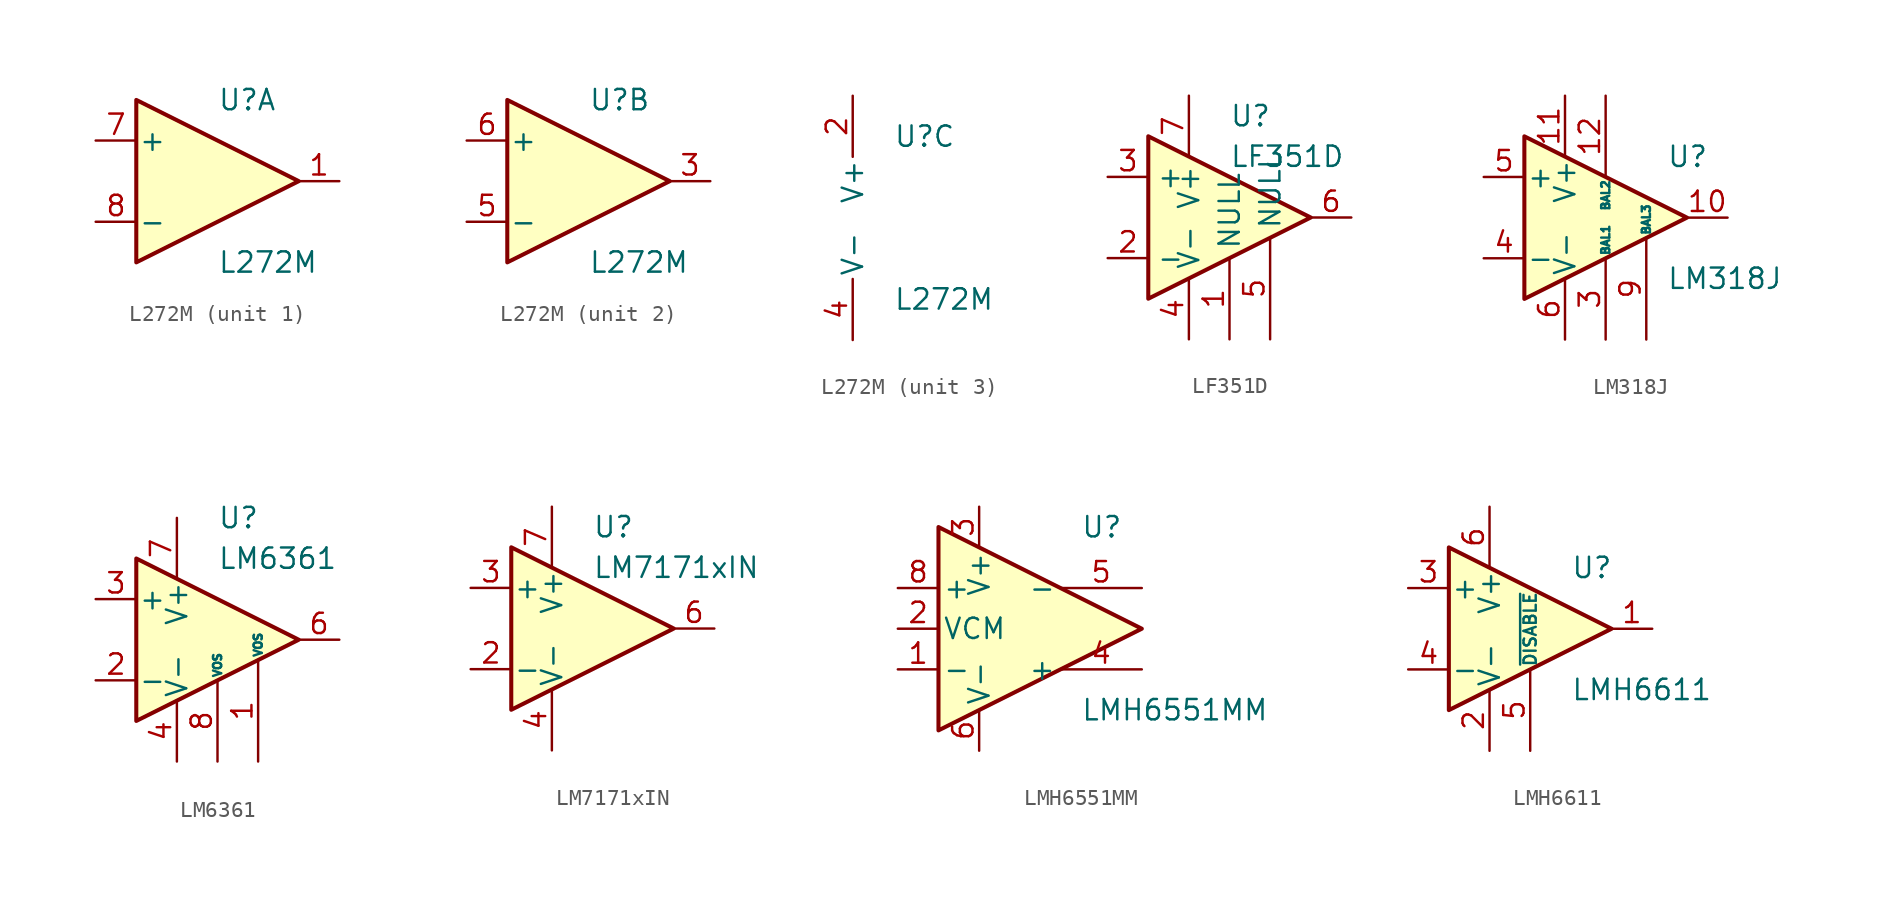
<source format=kicad_sym>
(kicad_symbol_lib
  (version 20211014)
  (generator kicad_symbol_editor)
  (symbol "L272M"
    (pin_names
      (offset 0.127))
    (property "Reference" "U"
      (at 0 5.08 0)
      (effects (font (size 1.27 1.27)) (justify left)))
    (property "Value" "L272M"
      (at 0 -5.08 0)
      (effects (font (size 1.27 1.27)) (justify left)))
    (property "ki_locked" ""
      (at 0 0 0)
      (effects (font (size 1.27 1.27))))
    (symbol "L272M_1_1"
      (polyline (pts (xy -5.08 5.08) (xy 5.08 0) (xy -5.08 -5.08) (xy -5.08 5.08)) (stroke (width 0.254) (type default) (color 0 0 0 0)) (fill (type background)))
      (pin output line (at 7.62 0 180) (length 2.54) (name "~" (effects (font (size 1.27 1.27)))) (number "1" (effects (font (size 1.27 1.27)))))
      (pin input line (at -7.62 2.54 0) (length 2.54) (name "+" (effects (font (size 1.27 1.27)))) (number "7" (effects (font (size 1.27 1.27)))))
      (pin input line (at -7.62 -2.54 0) (length 2.54) (name "-" (effects (font (size 1.27 1.27)))) (number "8" (effects (font (size 1.27 1.27))))))
    (symbol "L272M_2_1"
      (polyline (pts (xy -5.08 5.08) (xy 5.08 0) (xy -5.08 -5.08) (xy -5.08 5.08)) (stroke (width 0.254) (type default) (color 0 0 0 0)) (fill (type background)))
      (pin output line (at 7.62 0 180) (length 2.54) (name "~" (effects (font (size 1.27 1.27)))) (number "3" (effects (font (size 1.27 1.27)))))
      (pin input line (at -7.62 -2.54 0) (length 2.54) (name "-" (effects (font (size 1.27 1.27)))) (number "5" (effects (font (size 1.27 1.27)))))
      (pin input line (at -7.62 2.54 0) (length 2.54) (name "+" (effects (font (size 1.27 1.27)))) (number "6" (effects (font (size 1.27 1.27))))))
    (symbol "L272M_3_1"
      (pin power_in line (at -2.54 7.62 270) (length 3.81) (name "V+" (effects (font (size 1.27 1.27)))) (number "2" (effects (font (size 1.27 1.27)))))
      (pin power_in line (at -2.54 -7.62 90) (length 3.81) (name "V-" (effects (font (size 1.27 1.27)))) (number "4" (effects (font (size 1.27 1.27)))))))
  (symbol "LF351D"
    (property "Reference" "U"
      (at 0 6.35 0)
      (effects (font (size 1.27 1.27)) (justify left)))
    (property "Value" "LF351D"
      (at 0 3.81 0)
      (effects (font (size 1.27 1.27)) (justify left)))
    (symbol "LF351D_0_1"
      (polyline (pts (xy -5.08 5.08) (xy 5.08 0) (xy -5.08 -5.08) (xy -5.08 5.08)) (stroke (width 0.254) (type default) (color 0 0 0 0)) (fill (type background))))
    (symbol "LF351D_1_1"
      (pin input line (at 0 -7.62 90) (length 5.08) (name "NULL" (effects (font (size 1.27 1.27)))) (number "1" (effects (font (size 1.27 1.27)))))
      (pin input line (at -7.62 -2.54 0) (length 2.54) (name "-" (effects (font (size 1.27 1.27)))) (number "2" (effects (font (size 1.27 1.27)))))
      (pin input line (at -7.62 2.54 0) (length 2.54) (name "+" (effects (font (size 1.27 1.27)))) (number "3" (effects (font (size 1.27 1.27)))))
      (pin power_in line (at -2.54 -7.62 90) (length 3.81) (name "V-" (effects (font (size 1.27 1.27)))) (number "4" (effects (font (size 1.27 1.27)))))
      (pin input line (at 2.54 -7.62 90) (length 6.35) (name "NULL" (effects (font (size 1.27 1.27)))) (number "5" (effects (font (size 1.27 1.27)))))
      (pin output line (at 7.62 0 180) (length 2.54) (name "~" (effects (font (size 1.27 1.27)))) (number "6" (effects (font (size 1.27 1.27)))))
      (pin power_in line (at -2.54 7.62 270) (length 3.81) (name "V+" (effects (font (size 1.27 1.27)))) (number "7" (effects (font (size 1.27 1.27)))))
      (pin no_connect line (at 0 2.54 270) (length 2.54) hide (name "NC" (effects (font (size 1.27 1.27)))) (number "8" (effects (font (size 1.27 1.27)))))))
  (symbol "LM318J"
    (pin_names
      (offset 0.127))
    (property "Reference" "U"
      (at 3.81 3.81 0)
      (effects (font (size 1.27 1.27)) (justify left)))
    (property "Value" "LM318J"
      (at 3.81 -3.81 0)
      (effects (font (size 1.27 1.27)) (justify left)))
    (symbol "LM318J_0_1"
      (polyline (pts (xy 5.08 0) (xy -5.08 5.08) (xy -5.08 -5.08) (xy 5.08 0)) (stroke (width 0.254) (type default) (color 0 0 0 0)) (fill (type background))))
    (symbol "LM318J_1_1"
      (pin no_connect line (at -5.08 2.54 270) (length 2.54) hide (name "NC" (effects (font (size 1.27 1.27)))) (number "1" (effects (font (size 1.27 1.27)))))
      (pin output line (at 7.62 0 180) (length 2.54) (name "~" (effects (font (size 1.27 1.27)))) (number "10" (effects (font (size 1.27 1.27)))))
      (pin power_in line (at -2.54 7.62 270) (length 3.81) (name "V+" (effects (font (size 1.27 1.27)))) (number "11" (effects (font (size 1.27 1.27)))))
      (pin passive line (at 0 7.62 270) (length 5.08) (name "BAL2" (effects (font (size 0.508 0.508)))) (number "12" (effects (font (size 1.27 1.27)))))
      (pin no_connect line (at 0 2.54 270) (length 2.54) hide (name "NC" (effects (font (size 1.27 1.27)))) (number "13" (effects (font (size 1.27 1.27)))))
      (pin no_connect line (at 0 -2.54 90) (length 2.54) hide (name "NC" (effects (font (size 1.27 1.27)))) (number "14" (effects (font (size 1.27 1.27)))))
      (pin no_connect line (at -2.54 2.54 270) (length 2.54) hide (name "NC" (effects (font (size 1.27 1.27)))) (number "2" (effects (font (size 1.27 1.27)))))
      (pin passive line (at 0 -7.62 90) (length 5.08) (name "BAL1" (effects (font (size 0.508 0.508)))) (number "3" (effects (font (size 1.27 1.27)))))
      (pin input line (at -7.62 -2.54 0) (length 2.54) (name "-" (effects (font (size 1.27 1.27)))) (number "4" (effects (font (size 1.27 1.27)))))
      (pin input line (at -7.62 2.54 0) (length 2.54) (name "+" (effects (font (size 1.27 1.27)))) (number "5" (effects (font (size 1.27 1.27)))))
      (pin power_in line (at -2.54 -7.62 90) (length 3.81) (name "V-" (effects (font (size 1.27 1.27)))) (number "6" (effects (font (size 1.27 1.27)))))
      (pin no_connect line (at -5.08 -2.54 90) (length 2.54) hide (name "NC" (effects (font (size 1.27 1.27)))) (number "7" (effects (font (size 1.27 1.27)))))
      (pin no_connect line (at -2.54 -2.54 90) (length 2.54) hide (name "NC" (effects (font (size 1.27 1.27)))) (number "8" (effects (font (size 1.27 1.27)))))
      (pin passive line (at 2.54 -7.62 90) (length 6.35) (name "BAL3" (effects (font (size 0.508 0.508)))) (number "9" (effects (font (size 1.27 1.27)))))))
  (symbol "LM6361"
    (pin_names
      (offset 0.127))
    (property "Reference" "U"
      (at 0 7.62 0)
      (effects (font (size 1.27 1.27)) (justify left)))
    (property "Value" "LM6361"
      (at 0 5.08 0)
      (effects (font (size 1.27 1.27)) (justify left)))
    (symbol "LM6361_0_1"
      (polyline (pts (xy -5.08 5.08) (xy 5.08 0) (xy -5.08 -5.08) (xy -5.08 5.08)) (stroke (width 0.254) (type default) (color 0 0 0 0)) (fill (type background)))
      (pin no_connect line (at 0 2.54 270) (length 2.54) hide (name "NC" (effects (font (size 1.27 1.27)))) (number "5" (effects (font (size 1.27 1.27))))))
    (symbol "LM6361_1_1"
      (pin passive line (at 2.54 -7.62 90) (length 6.35) (name "VOS" (effects (font (size 0.508 0.508)))) (number "1" (effects (font (size 1.27 1.27)))))
      (pin input line (at -7.62 -2.54 0) (length 2.54) (name "-" (effects (font (size 1.27 1.27)))) (number "2" (effects (font (size 1.27 1.27)))))
      (pin input line (at -7.62 2.54 0) (length 2.54) (name "+" (effects (font (size 1.27 1.27)))) (number "3" (effects (font (size 1.27 1.27)))))
      (pin power_in line (at -2.54 -7.62 90) (length 3.81) (name "V-" (effects (font (size 1.27 1.27)))) (number "4" (effects (font (size 1.27 1.27)))))
      (pin output line (at 7.62 0 180) (length 2.54) (name "~" (effects (font (size 1.27 1.27)))) (number "6" (effects (font (size 1.27 1.27)))))
      (pin power_in line (at -2.54 7.62 270) (length 3.81) (name "V+" (effects (font (size 1.27 1.27)))) (number "7" (effects (font (size 1.27 1.27)))))
      (pin passive line (at 0 -7.62 90) (length 5.08) (name "VOS" (effects (font (size 0.508 0.508)))) (number "8" (effects (font (size 1.27 1.27)))))))
  (symbol "LM7171xIN"
    (pin_names
      (offset 0.127))
    (property "Reference" "U"
      (at 0 6.35 0)
      (effects (font (size 1.27 1.27)) (justify left)))
    (property "Value" "LM7171xIN"
      (at 0 3.81 0)
      (effects (font (size 1.27 1.27)) (justify left)))
    (symbol "LM7171xIN_1_1"
      (polyline (pts (xy -5.08 5.08) (xy 5.08 0) (xy -5.08 -5.08) (xy -5.08 5.08)) (stroke (width 0.254) (type default) (color 0 0 0 0)) (fill (type background)))
      (pin no_connect line (at 0 7.62 270) (length 5.08) hide (name "NC" (effects (font (size 1.27 1.27)))) (number "1" (effects (font (size 1.27 1.27)))))
      (pin input line (at -7.62 -2.54 0) (length 2.54) (name "-" (effects (font (size 1.27 1.27)))) (number "2" (effects (font (size 1.27 1.27)))))
      (pin input line (at -7.62 2.54 0) (length 2.54) (name "+" (effects (font (size 1.27 1.27)))) (number "3" (effects (font (size 1.27 1.27)))))
      (pin power_in line (at -2.54 -7.62 90) (length 3.81) (name "V-" (effects (font (size 1.27 1.27)))) (number "4" (effects (font (size 1.27 1.27)))))
      (pin no_connect line (at 0 -7.62 90) (length 5.08) hide (name "NC" (effects (font (size 1.27 1.27)))) (number "5" (effects (font (size 1.27 1.27)))))
      (pin output line (at 7.62 0 180) (length 2.54) (name "~" (effects (font (size 1.27 1.27)))) (number "6" (effects (font (size 1.27 1.27)))))
      (pin power_in line (at -2.54 7.62 270) (length 3.81) (name "V+" (effects (font (size 1.27 1.27)))) (number "7" (effects (font (size 1.27 1.27)))))
      (pin no_connect line (at 2.54 -7.62 90) (length 6.35) hide (name "NC" (effects (font (size 1.27 1.27)))) (number "8" (effects (font (size 1.27 1.27)))))))
  (symbol "LMH6551MM"
    (pin_names
      (offset 0.254))
    (property "Reference" "U"
      (at 3.81 6.35 0)
      (effects (font (size 1.27 1.27)) (justify left)))
    (property "Value" "LMH6551MM"
      (at 3.81 -5.08 0)
      (effects (font (size 1.27 1.27)) (justify left)))
    (symbol "LMH6551MM_0_1"
      (polyline (pts (xy 7.62 0) (xy -5.08 6.35) (xy -5.08 -6.35) (xy 7.62 0)) (stroke (width 0.254) (type default) (color 0 0 0 0)) (fill (type background))))
    (symbol "LMH6551MM_1_1"
      (pin input line (at -7.62 -2.54 0) (length 2.54) (name "-" (effects (font (size 1.27 1.27)))) (number "1" (effects (font (size 1.27 1.27)))))
      (pin input line (at -7.62 0 0) (length 2.54) (name "VCM" (effects (font (size 1.27 1.27)))) (number "2" (effects (font (size 1.27 1.27)))))
      (pin power_in line (at -2.54 7.62 270) (length 2.54) (name "V+" (effects (font (size 1.27 1.27)))) (number "3" (effects (font (size 1.27 1.27)))))
      (pin output line (at 7.62 -2.54 180) (length 5.08) (name "+" (effects (font (size 1.27 1.27)))) (number "4" (effects (font (size 1.27 1.27)))))
      (pin output line (at 7.62 2.54 180) (length 5.08) (name "-" (effects (font (size 1.27 1.27)))) (number "5" (effects (font (size 1.27 1.27)))))
      (pin power_in line (at -2.54 -7.62 90) (length 2.54) (name "V-" (effects (font (size 1.27 1.27)))) (number "6" (effects (font (size 1.27 1.27)))))
      (pin no_connect line (at 5.08 0 180) (length 2.54) hide (name "NC" (effects (font (size 1.27 1.27)))) (number "7" (effects (font (size 1.27 1.27)))))
      (pin input line (at -7.62 2.54 0) (length 2.54) (name "+" (effects (font (size 1.27 1.27)))) (number "8" (effects (font (size 1.27 1.27)))))))
  (symbol "LMH6611"
    (pin_names
      (offset 0.127))
    (property "Reference" "U"
      (at 2.54 3.81 0)
      (effects (font (size 1.27 1.27)) (justify left)))
    (property "Value" "LMH6611"
      (at 2.54 -3.81 0)
      (effects (font (size 1.27 1.27)) (justify left)))
    (symbol "LMH6611_0_1"
      (polyline (pts (xy -5.08 5.08) (xy 5.08 0) (xy -5.08 -5.08) (xy -5.08 5.08)) (stroke (width 0.254) (type default) (color 0 0 0 0)) (fill (type background))))
    (symbol "LMH6611_1_1"
      (pin output line (at 7.62 0 180) (length 2.54) (name "~" (effects (font (size 1.27 1.27)))) (number "1" (effects (font (size 1.27 1.27)))))
      (pin power_in line (at -2.54 -7.62 90) (length 3.81) (name "V-" (effects (font (size 1.27 1.27)))) (number "2" (effects (font (size 1.27 1.27)))))
      (pin input line (at -7.62 2.54 0) (length 2.54) (name "+" (effects (font (size 1.27 1.27)))) (number "3" (effects (font (size 1.27 1.27)))))
      (pin input line (at -7.62 -2.54 0) (length 2.54) (name "-" (effects (font (size 1.27 1.27)))) (number "4" (effects (font (size 1.27 1.27)))))
      (pin input line (at 0 -7.62 90) (length 5.08) (name "~{DISABLE}" (effects (font (size 0.762 0.762)))) (number "5" (effects (font (size 1.27 1.27)))))
      (pin power_in line (at -2.54 7.62 270) (length 3.81) (name "V+" (effects (font (size 1.27 1.27)))) (number "6" (effects (font (size 1.27 1.27))))))))
</source>
